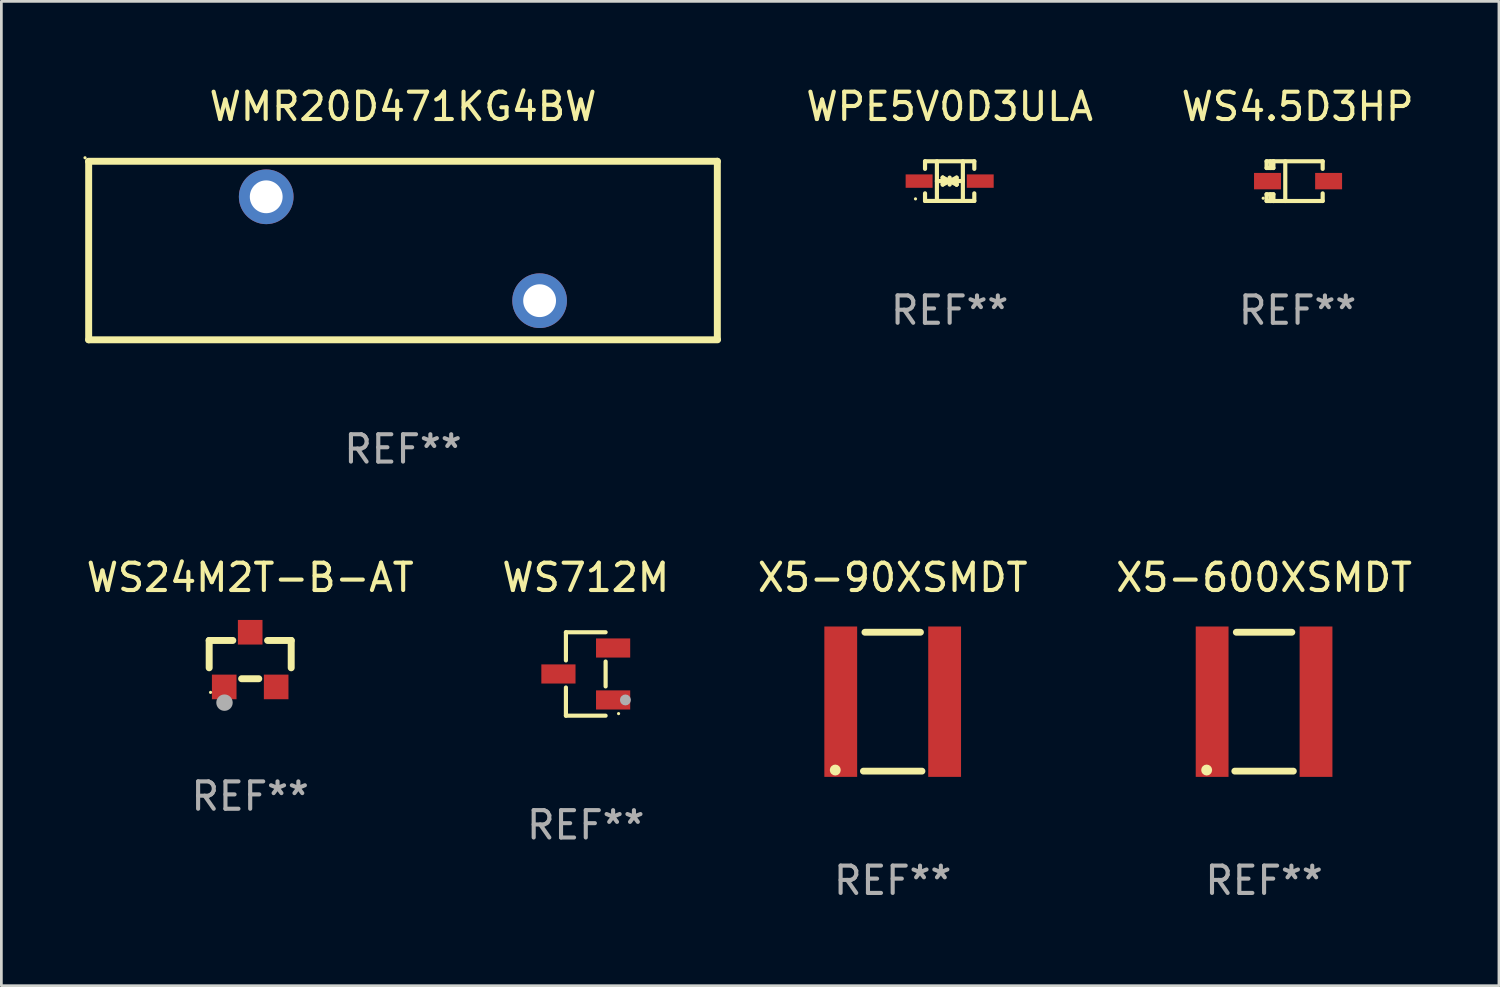
<source format=kicad_pcb>
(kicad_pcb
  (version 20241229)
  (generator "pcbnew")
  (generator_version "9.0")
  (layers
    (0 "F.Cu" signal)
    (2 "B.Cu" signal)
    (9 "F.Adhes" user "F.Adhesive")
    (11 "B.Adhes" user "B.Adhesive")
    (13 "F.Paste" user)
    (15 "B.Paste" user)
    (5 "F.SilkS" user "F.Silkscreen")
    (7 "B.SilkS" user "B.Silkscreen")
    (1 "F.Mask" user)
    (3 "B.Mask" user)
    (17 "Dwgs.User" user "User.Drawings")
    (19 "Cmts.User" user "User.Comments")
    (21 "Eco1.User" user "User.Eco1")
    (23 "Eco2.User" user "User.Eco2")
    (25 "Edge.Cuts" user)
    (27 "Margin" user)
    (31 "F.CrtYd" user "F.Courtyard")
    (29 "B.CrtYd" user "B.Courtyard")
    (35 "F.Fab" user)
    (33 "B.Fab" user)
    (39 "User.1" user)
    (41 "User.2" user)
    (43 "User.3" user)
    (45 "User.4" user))
  (footprint "WS24M2T-B-AT"
    (layer "F.Cu")
    (at 6.101 21.075)
    (property "Reference" "WS24M2T-B-AT" (at 0 -3 0) (layer "F.SilkS") (effects (font (size 1 1) (thickness 0.15))))
    (attr through_hole)
    (fp_line (start -1.5 -0.7) (end -1.5 0.3) (stroke (width 0.254) (type solid)) (layer "F.SilkS"))
    (fp_line (start -1.5 -0.7) (end -0.636 -0.7) (stroke (width 0.254) (type solid)) (layer "F.SilkS"))
    (fp_line (start -0.314 0.7) (end 0.314 0.7) (stroke (width 0.254) (type solid)) (layer "F.SilkS"))
    (fp_line (start 0.636 -0.7) (end 1.5 -0.7) (stroke (width 0.254) (type solid)) (layer "F.SilkS"))
    (fp_line (start 1.5 -0.7) (end 1.5 0.3) (stroke (width 0.254) (type solid)) (layer "F.SilkS"))
    (fp_circle (center -1.45 1.2) (end -1.42 1.2) (stroke (width 0.06) (type solid)) (fill no) (layer "F.SilkS"))
    (fp_circle (center -0.94 1.575) (end -0.79 1.575) (stroke (width 0.3) (type solid)) (fill no) (layer "F.Fab"))
    (fp_text user "REF**" (at 0 5 0) (layer "F.Fab") (effects (font (size 1 1) (thickness 0.15))))
    (pad "1" smd rect (at -0.95 1) (size 0.9 0.9) (layers "F.Cu" "F.Mask" "F.Paste"))
    (pad "2" smd rect (at 0.95 1) (size 0.9 0.9) (layers "F.Cu" "F.Mask" "F.Paste"))
    (pad "3" smd rect (at 0.000051 -1) (size 0.9 0.9) (layers "F.Cu" "F.Mask" "F.Paste")))
  (footprint "WS4.5D3HP"
    (layer "F.Cu")
    (at 44.411 3.575)
    (property "Reference" "WS4.5D3HP" (at 0 -2.726 0) (layer "F.SilkS") (effects (font (size 1 1) (thickness 0.15))))
    (attr through_hole)
    (fp_line (start -1.134 0.48) (end -1.134 0.726) (stroke (width 0.152) (type solid)) (layer "F.SilkS"))
    (fp_line (start -1.134 0.726) (end -0.885 0.726) (stroke (width 0.152) (type solid)) (layer "F.SilkS"))
    (fp_line (start -1.134 -0.726) (end -1.134 -0.48) (stroke (width 0.152) (type solid)) (layer "F.SilkS"))
    (fp_line (start -0.992 -0.726) (end -0.992 -0.48) (stroke (width 0.152) (type solid)) (layer "F.SilkS"))
    (fp_line (start -0.992 0.48) (end -0.992 0.726) (stroke (width 0.152) (type solid)) (layer "F.SilkS"))
    (fp_line (start -0.885 -0.726) (end -1.134 -0.726) (stroke (width 0.152) (type solid)) (layer "F.SilkS"))
    (fp_line (start -0.885 -0.48) (end -1.134 -0.48) (stroke (width 0.152) (type solid)) (layer "F.SilkS"))
    (fp_line (start -0.885 -0.48) (end -0.885 -0.726) (stroke (width 0.152) (type solid)) (layer "F.SilkS"))
    (fp_line (start -0.885 0.48) (end -1.134 0.48) (stroke (width 0.152) (type solid)) (layer "F.SilkS"))
    (fp_line (start -0.885 0.48) (end -0.885 0.726) (stroke (width 0.152) (type solid)) (layer "F.SilkS"))
    (fp_line (start -0.451 0.726) (end -0.451 -0.726) (stroke (width 0.152) (type solid)) (layer "F.SilkS"))
    (fp_line (start 0.917 -0.726) (end -0.885 -0.726) (stroke (width 0.152) (type solid)) (layer "F.SilkS"))
    (fp_line (start 0.917 -0.726) (end 0.917 -0.448) (stroke (width 0.152) (type solid)) (layer "F.SilkS"))
    (fp_line (start 0.917 0.726) (end -0.885 0.726) (stroke (width 0.152) (type solid)) (layer "F.SilkS"))
    (fp_line (start 0.917 0.726) (end 0.917 0.448) (stroke (width 0.152) (type solid)) (layer "F.SilkS"))
    (fp_circle (center -1.259 0.625) (end -1.229 0.625) (stroke (width 0.06) (type solid)) (fill no) (layer "F.SilkS"))
    (fp_text user "REF**" (at 0 4.726 0) (layer "F.Fab") (effects (font (size 1 1) (thickness 0.15))))
    (pad "1" smd rect (at -1.101 -0.000114) (size 0.985 0.6) (layers "F.Cu" "F.Mask" "F.Paste"))
    (pad "2" smd rect (at 1.134 -0.000114) (size 0.985 0.6) (layers "F.Cu" "F.Mask" "F.Paste")))
  (footprint "X5-600XSMDT"
    (layer "F.Cu")
    (at 43.185 22.615)
    (property "Reference" "X5-600XSMDT" (at 0 -4.54 0) (layer "F.SilkS") (effects (font (size 1 1) (thickness 0.15))))
    (attr through_hole)
    (fp_line (start -1.071 2.54) (end 1.071 2.54) (stroke (width 0.25) (type solid)) (layer "F.SilkS"))
    (fp_line (start -1.016 -2.54) (end 1.016 -2.54) (stroke (width 0.25) (type solid)) (layer "F.SilkS"))
    (fp_circle (center -2.1 2.5) (end -2 2.5) (stroke (width 0.2) (type solid)) (fill no) (layer "F.SilkS"))
    (fp_text user "REF**" (at 0 6.54 0) (layer "F.Fab") (effects (font (size 1 1) (thickness 0.15))))
    (pad "1" smd rect (at -1.9 0) (size 1.2 5.5) (layers "F.Cu" "F.Mask" "F.Paste"))
    (pad "2" smd rect (at 1.9 0) (size 1.2 5.5) (layers "F.Cu" "F.Mask" "F.Paste")))
  (footprint "WS712M"
    (layer "F.Cu")
    (at 18.375 21.601)
    (property "Reference" "WS712M" (at 0 -3.526 0) (layer "F.SilkS") (effects (font (size 1 1) (thickness 0.15))))
    (attr through_hole)
    (fp_line (start -0.726 -1.526) (end -0.726 -0.495) (stroke (width 0.152) (type solid)) (layer "F.SilkS"))
    (fp_line (start -0.726 1.526) (end -0.726 0.495) (stroke (width 0.152) (type solid)) (layer "F.SilkS"))
    (fp_line (start 0.726 -1.526) (end -0.726 -1.526) (stroke (width 0.152) (type solid)) (layer "F.SilkS"))
    (fp_line (start 0.726 -0.455) (end 0.726 0.455) (stroke (width 0.152) (type solid)) (layer "F.SilkS"))
    (fp_line (start 0.726 1.526) (end -0.726 1.526) (stroke (width 0.152) (type solid)) (layer "F.SilkS"))
    (fp_circle (center 1.2 1.45) (end 1.23 1.45) (stroke (width 0.06) (type solid)) (fill no) (layer "F.SilkS"))
    (fp_circle (center 1.45 0.95) (end 1.55 0.95) (stroke (width 0.2) (type solid)) (fill no) (layer "F.Fab"))
    (fp_text user "REF**" (at 0 5.526 0) (layer "F.Fab") (effects (font (size 1 1) (thickness 0.15))))
    (pad "1" smd rect (at 1 0.95) (size 1.25 0.7) (layers "F.Cu" "F.Mask" "F.Paste"))
    (pad "2" smd rect (at 1 -0.95) (size 1.25 0.7) (layers "F.Cu" "F.Mask" "F.Paste"))
    (pad "3" smd rect (at -1 0) (size 1.25 0.7) (layers "F.Cu" "F.Mask" "F.Paste")))
  (footprint "X5-90XSMDT"
    (layer "F.Cu")
    (at 29.601 22.615)
    (property "Reference" "X5-90XSMDT" (at 0 -4.54 0) (layer "F.SilkS") (effects (font (size 1 1) (thickness 0.15))))
    (attr through_hole)
    (fp_line (start -1.071 2.54) (end 1.071 2.54) (stroke (width 0.25) (type solid)) (layer "F.SilkS"))
    (fp_line (start -1.016 -2.54) (end 1.016 -2.54) (stroke (width 0.25) (type solid)) (layer "F.SilkS"))
    (fp_circle (center -2.1 2.5) (end -2 2.5) (stroke (width 0.2) (type solid)) (fill no) (layer "F.SilkS"))
    (fp_text user "REF**" (at 0 6.54 0) (layer "F.Fab") (effects (font (size 1 1) (thickness 0.15))))
    (pad "1" smd rect (at -1.9 0) (size 1.2 5.5) (layers "F.Cu" "F.Mask" "F.Paste"))
    (pad "2" smd rect (at 1.9 0) (size 1.2 5.5) (layers "F.Cu" "F.Mask" "F.Paste")))
  (footprint "WPE5V0D3ULA"
    (layer "F.Cu")
    (at 31.685 3.574)
    (property "Reference" "WPE5V0D3ULA" (at 0 -2.726 0) (layer "F.SilkS") (effects (font (size 1 1) (thickness 0.15))))
    (attr through_hole)
    (fp_line (start -0.901 -0.726) (end -0.901 -0.448) (stroke (width 0.152) (type solid)) (layer "F.SilkS"))
    (fp_line (start -0.901 0.726) (end -0.901 0.448) (stroke (width 0.152) (type solid)) (layer "F.SilkS"))
    (fp_line (start -0.467 0) (end 0.483 -0.003) (stroke (width 0.154) (type solid)) (layer "F.SilkS"))
    (fp_line (start -0.467 0.726) (end -0.467 -0.726) (stroke (width 0.152) (type solid)) (layer "F.SilkS"))
    (fp_line (start -0.254 -0.127) (end -0.254 -0.127) (stroke (width 0.154) (type solid)) (layer "F.SilkS"))
    (fp_line (start -0.254 -0.127) (end -0.002 -0.003) (stroke (width 0.154) (type solid)) (layer "F.SilkS"))
    (fp_line (start -0.254 0.127) (end -0.254 -0.127) (stroke (width 0.154) (type solid)) (layer "F.SilkS"))
    (fp_line (start -0.127 0) (end 0.003 0) (stroke (width 0.154) (type solid)) (layer "F.SilkS"))
    (fp_line (start -0.003 0) (end -0.254 0.127) (stroke (width 0.154) (type solid)) (layer "F.SilkS"))
    (fp_line (start 0 -0.127) (end 0 0.127) (stroke (width 0.154) (type solid)) (layer "F.SilkS"))
    (fp_line (start 0.003 0) (end 0.254 -0.127) (stroke (width 0.154) (type solid)) (layer "F.SilkS"))
    (fp_line (start 0.127 0) (end -0.003 0) (stroke (width 0.154) (type solid)) (layer "F.SilkS"))
    (fp_line (start 0.254 -0.127) (end 0.254 0.127) (stroke (width 0.154) (type solid)) (layer "F.SilkS"))
    (fp_line (start 0.254 0.127) (end 0.002 0.003) (stroke (width 0.154) (type solid)) (layer "F.SilkS"))
    (fp_line (start 0.254 0.127) (end 0.254 0.127) (stroke (width 0.154) (type solid)) (layer "F.SilkS"))
    (fp_line (start 0.483 0.726) (end 0.483 -0.726) (stroke (width 0.152) (type solid)) (layer "F.SilkS"))
    (fp_line (start 0.901 -0.726) (end -0.901 -0.726) (stroke (width 0.152) (type solid)) (layer "F.SilkS"))
    (fp_line (start 0.901 -0.726) (end 0.901 -0.448) (stroke (width 0.152) (type solid)) (layer "F.SilkS"))
    (fp_line (start 0.901 0.726) (end -0.901 0.726) (stroke (width 0.152) (type solid)) (layer "F.SilkS"))
    (fp_line (start 0.901 0.726) (end 0.901 0.448) (stroke (width 0.152) (type solid)) (layer "F.SilkS"))
    (fp_circle (center -1.25 0.65) (end -1.22 0.65) (stroke (width 0.06) (type solid)) (fill no) (layer "F.SilkS"))
    (fp_text user "REF**" (at 0 4.726 0) (layer "F.Fab") (effects (font (size 1 1) (thickness 0.15))))
    (pad "1" smd rect (at -1.118 0) (size 0.985 0.49) (layers "F.Cu" "F.Mask" "F.Paste"))
    (pad "2" smd rect (at 1.118 0) (size 0.985 0.49) (layers "F.Cu" "F.Mask" "F.Paste")))
  (footprint "WMR20D471KG4BW"
    (layer "F.Cu")
    (at 11.691 6.113)
    (property "Reference" "WMR20D471KG4BW" (at 0 -5.265 0) (layer "F.SilkS") (effects (font (size 1 1) (thickness 0.15))))
    (attr through_hole)
    (fp_line (start -11.504 -3.265) (end 11.496 -3.265) (stroke (width 0.254) (type solid)) (layer "F.SilkS"))
    (fp_line (start -11.498 3.265) (end -11.498 -3.235) (stroke (width 0.254) (type solid)) (layer "F.SilkS"))
    (fp_line (start 11.496 -3.265) (end 11.496 3.235) (stroke (width 0.254) (type solid)) (layer "F.SilkS"))
    (fp_line (start 11.504 3.265) (end -11.498 3.265) (stroke (width 0.254) (type solid)) (layer "F.SilkS"))
    (fp_circle (center -11.631 -3.392) (end -11.601 -3.392) (stroke (width 0.06) (type solid)) (fill no) (layer "F.SilkS"))
    (fp_text user "REF**" (at 0 7.265 0) (layer "F.Fab") (effects (font (size 1 1) (thickness 0.15))))
    (pad "1" thru_hole circle (at -5.004 -1.965) (size 2 2) (drill 1.2) (layers "*.Cu" "*.Mask"))
    (pad "2" thru_hole circle (at 4.996 1.835) (size 2 2) (drill 1.2) (layers "*.Cu" "*.Mask")))
  (gr_rect
    (start -3 -3)
    (end 51.775 33.003)
    (stroke (width 0.1) (type default))
    (fill no)
    (layer "Edge.Cuts")))
</source>
